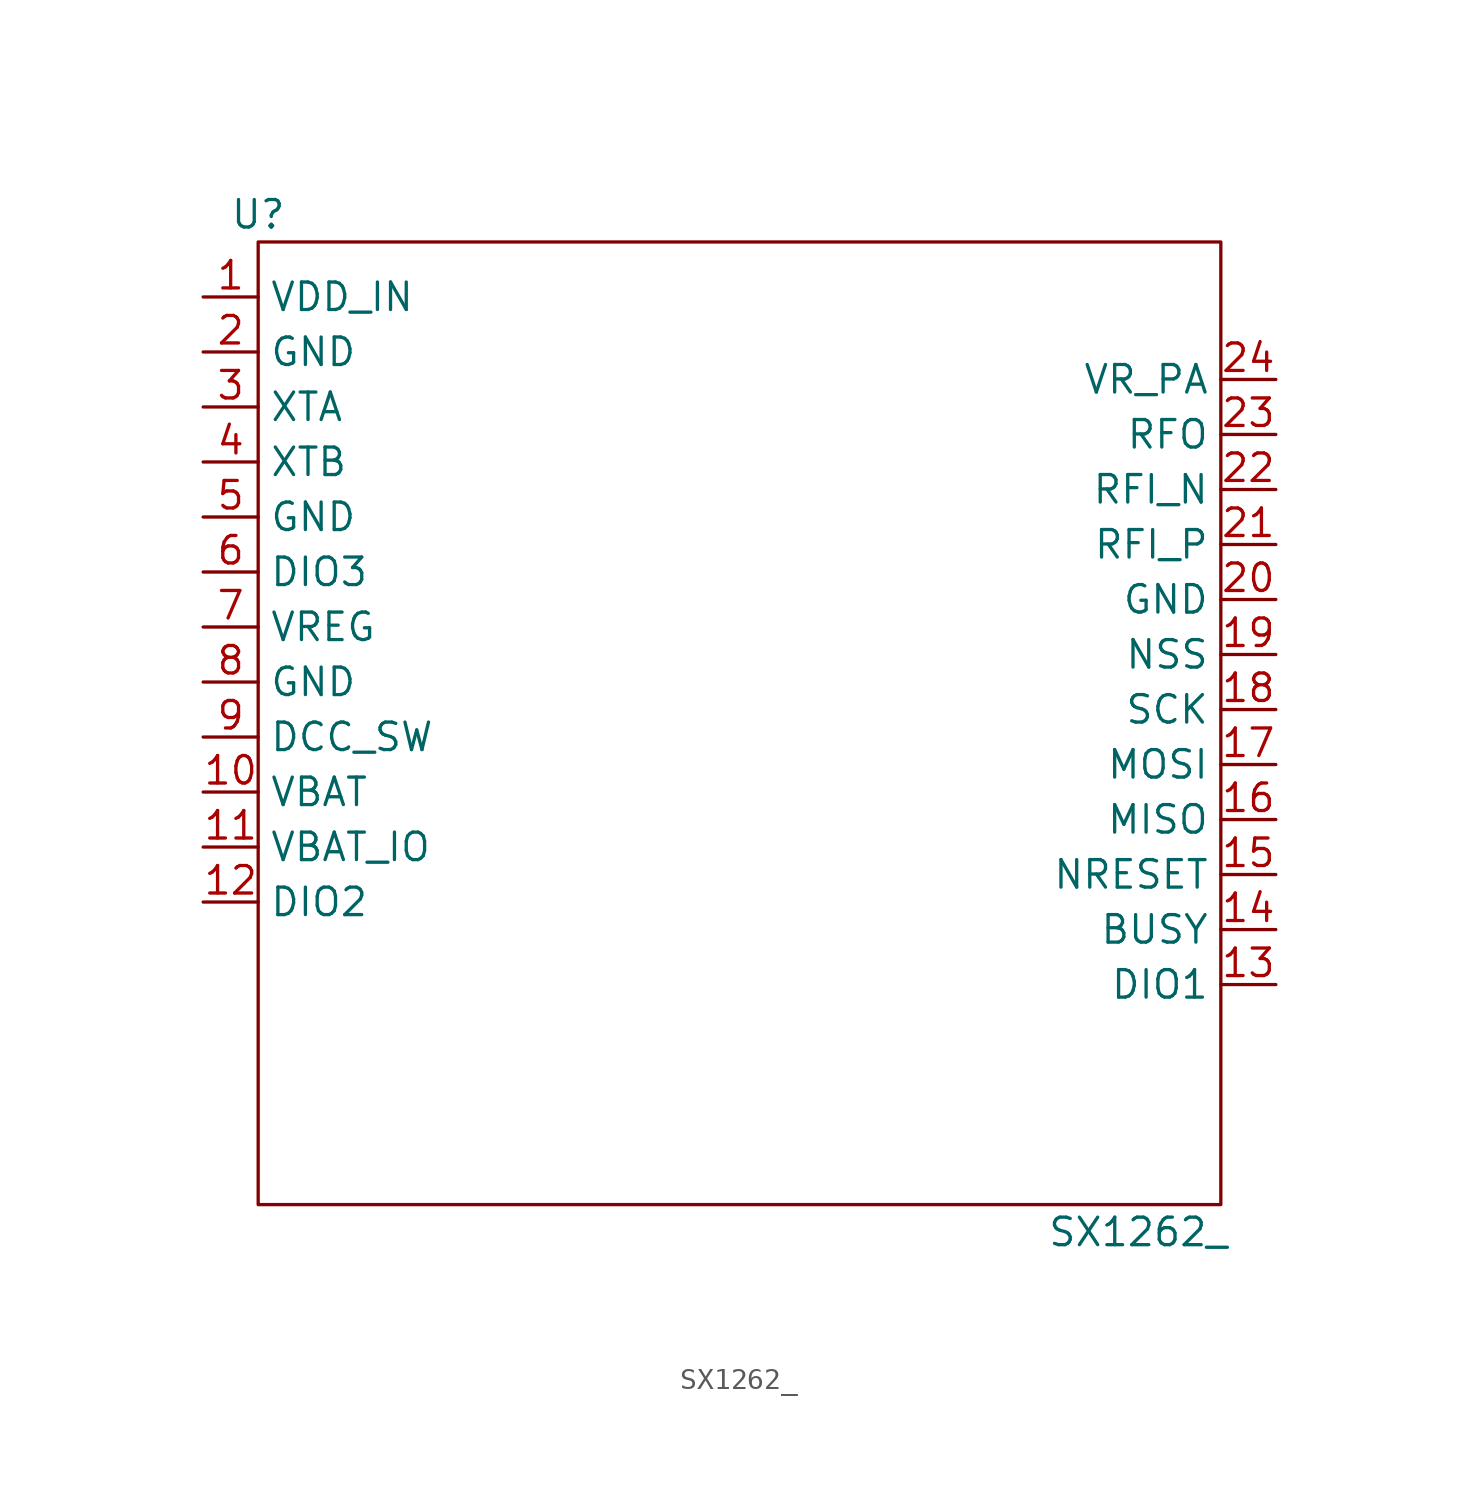
<source format=kicad_sym>
(kicad_symbol_lib
  (version 20211014)
  (generator kicad_symbol_editor)
  (symbol "SX1262_"
    (property "Reference" "U"
      (at -22.86 19.05 0)
      (effects (font (size 1.27 1.27))))
    (property "Value" "SX1262_"
      (at 17.78 -27.94 0)
      (effects (font (size 1.27 1.27))))
    (symbol "SX1262__0_0"
      (pin input line (at -25.4 15.24 0) (length 2.54) (name "VDD_IN" (effects (font (size 1.27 1.27)))) (number "1" (effects (font (size 1.27 1.27)))))
      (pin input line (at -25.4 -7.62 0) (length 2.54) (name "VBAT" (effects (font (size 1.27 1.27)))) (number "10" (effects (font (size 1.27 1.27)))))
      (pin input line (at -25.4 -10.16 0) (length 2.54) (name "VBAT_IO" (effects (font (size 1.27 1.27)))) (number "11" (effects (font (size 1.27 1.27)))))
      (pin bidirectional line (at -25.4 -12.7 0) (length 2.54) (name "DIO2" (effects (font (size 1.27 1.27)))) (number "12" (effects (font (size 1.27 1.27)))))
      (pin bidirectional line (at 24.13 -16.51 180) (length 2.54) (name "DIO1" (effects (font (size 1.27 1.27)))) (number "13" (effects (font (size 1.27 1.27)))))
      (pin output line (at 24.13 -13.97 180) (length 2.54) (name "BUSY" (effects (font (size 1.27 1.27)))) (number "14" (effects (font (size 1.27 1.27)))))
      (pin input line (at 24.13 -11.43 180) (length 2.54) (name "NRESET" (effects (font (size 1.27 1.27)))) (number "15" (effects (font (size 1.27 1.27)))))
      (pin output line (at 24.13 -8.89 180) (length 2.54) (name "MISO" (effects (font (size 1.27 1.27)))) (number "16" (effects (font (size 1.27 1.27)))))
      (pin input line (at 24.13 -6.35 180) (length 2.54) (name "MOSI" (effects (font (size 1.27 1.27)))) (number "17" (effects (font (size 1.27 1.27)))))
      (pin input line (at 24.13 -3.81 180) (length 2.54) (name "SCK" (effects (font (size 1.27 1.27)))) (number "18" (effects (font (size 1.27 1.27)))))
      (pin input line (at 24.13 -1.27 180) (length 2.54) (name "NSS" (effects (font (size 1.27 1.27)))) (number "19" (effects (font (size 1.27 1.27)))))
      (pin unspecified line (at -25.4 12.7 0) (length 2.54) (name "GND" (effects (font (size 1.27 1.27)))) (number "2" (effects (font (size 1.27 1.27)))))
      (pin unspecified line (at 24.13 1.27 180) (length 2.54) (name "GND" (effects (font (size 1.27 1.27)))) (number "20" (effects (font (size 1.27 1.27)))))
      (pin input line (at 24.13 3.81 180) (length 2.54) (name "RFI_P" (effects (font (size 1.27 1.27)))) (number "21" (effects (font (size 1.27 1.27)))))
      (pin input line (at 24.13 6.35 180) (length 2.54) (name "RFI_N" (effects (font (size 1.27 1.27)))) (number "22" (effects (font (size 1.27 1.27)))))
      (pin output line (at 24.13 8.89 180) (length 2.54) (name "RFO" (effects (font (size 1.27 1.27)))) (number "23" (effects (font (size 1.27 1.27)))))
      (pin unspecified line (at 24.13 11.43 180) (length 2.54) (name "VR_PA" (effects (font (size 1.27 1.27)))) (number "24" (effects (font (size 1.27 1.27)))))
      (pin unspecified line (at -25.4 10.16 0) (length 2.54) (name "XTA" (effects (font (size 1.27 1.27)))) (number "3" (effects (font (size 1.27 1.27)))))
      (pin unspecified line (at -25.4 7.62 0) (length 2.54) (name "XTB" (effects (font (size 1.27 1.27)))) (number "4" (effects (font (size 1.27 1.27)))))
      (pin unspecified line (at -25.4 5.08 0) (length 2.54) (name "GND" (effects (font (size 1.27 1.27)))) (number "5" (effects (font (size 1.27 1.27)))))
      (pin bidirectional line (at -25.4 2.54 0) (length 2.54) (name "DIO3" (effects (font (size 1.27 1.27)))) (number "6" (effects (font (size 1.27 1.27)))))
      (pin output line (at -25.4 0 0) (length 2.54) (name "VREG" (effects (font (size 1.27 1.27)))) (number "7" (effects (font (size 1.27 1.27)))))
      (pin unspecified line (at -25.4 -2.54 0) (length 2.54) (name "GND" (effects (font (size 1.27 1.27)))) (number "8" (effects (font (size 1.27 1.27)))))
      (pin output line (at -25.4 -5.08 0) (length 2.54) (name "DCC_SW" (effects (font (size 1.27 1.27)))) (number "9" (effects (font (size 1.27 1.27))))))
    (symbol "SX1262__0_1"
      (rectangle (start -22.86 17.78) (end 21.59 -26.67) (stroke (width 0) (type default) (color 0 0 0 0)) (fill (type none))))))
</source>
